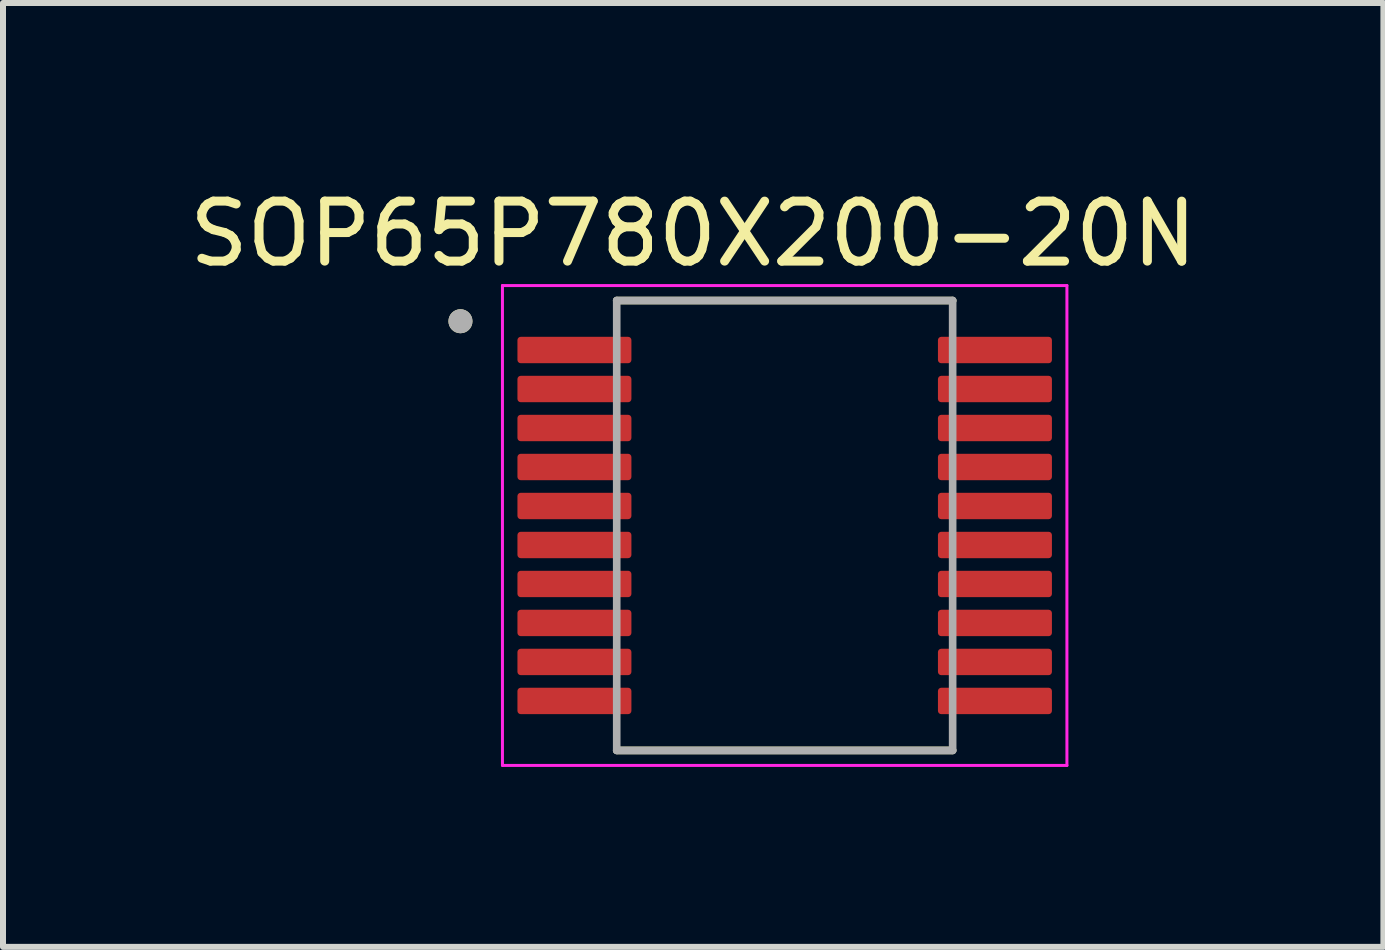
<source format=kicad_pcb>
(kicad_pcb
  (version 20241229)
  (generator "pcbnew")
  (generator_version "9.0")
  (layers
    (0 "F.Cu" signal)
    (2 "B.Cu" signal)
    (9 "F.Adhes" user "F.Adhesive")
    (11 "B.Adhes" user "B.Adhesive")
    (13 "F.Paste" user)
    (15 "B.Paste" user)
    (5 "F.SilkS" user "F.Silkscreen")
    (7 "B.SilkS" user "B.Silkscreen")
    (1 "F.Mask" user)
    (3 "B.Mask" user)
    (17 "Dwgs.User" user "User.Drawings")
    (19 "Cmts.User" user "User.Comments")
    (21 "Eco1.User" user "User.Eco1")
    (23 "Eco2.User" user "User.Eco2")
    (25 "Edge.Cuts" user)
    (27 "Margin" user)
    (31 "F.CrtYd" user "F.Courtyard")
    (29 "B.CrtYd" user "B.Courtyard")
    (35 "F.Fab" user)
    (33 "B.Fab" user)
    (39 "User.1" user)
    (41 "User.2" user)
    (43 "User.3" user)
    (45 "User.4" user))
  (footprint "SOP65P780X200-20N"
    (layer "F.Cu")
    (at 10.031 5.71)
    (property "Reference" "SOP65P780X200-20N" (at -1.525 -4.862 0) (layer "F.SilkS") (effects (font (size 1 1) (thickness 0.15))))
    (attr smd)
    (fp_line (start -2.8 -3.75) (end 2.8 -3.75) (stroke (width 0.127) (type solid)) (layer "F.SilkS"))
    (fp_line (start -2.8 3.75) (end 2.8 3.75) (stroke (width 0.127) (type solid)) (layer "F.SilkS"))
    (fp_circle (center -5.405 -3.405) (end -5.305 -3.405) (stroke (width 0.2) (type solid)) (fill no) (layer "F.SilkS"))
    (fp_line (start -4.705 -4) (end -4.705 4) (stroke (width 0.05) (type solid)) (layer "F.CrtYd"))
    (fp_line (start -4.705 -4) (end 4.705 -4) (stroke (width 0.05) (type solid)) (layer "F.CrtYd"))
    (fp_line (start -4.705 4) (end 4.705 4) (stroke (width 0.05) (type solid)) (layer "F.CrtYd"))
    (fp_line (start 4.705 -4) (end 4.705 4) (stroke (width 0.05) (type solid)) (layer "F.CrtYd"))
    (fp_line (start -2.8 -3.75) (end -2.8 3.75) (stroke (width 0.127) (type solid)) (layer "F.Fab"))
    (fp_line (start -2.8 -3.75) (end 2.8 -3.75) (stroke (width 0.127) (type solid)) (layer "F.Fab"))
    (fp_line (start -2.8 3.75) (end 2.8 3.75) (stroke (width 0.127) (type solid)) (layer "F.Fab"))
    (fp_line (start 2.8 -3.75) (end 2.8 3.75) (stroke (width 0.127) (type solid)) (layer "F.Fab"))
    (fp_circle (center -5.405 -3.405) (end -5.305 -3.405) (stroke (width 0.2) (type solid)) (fill no) (layer "F.Fab"))
    (pad "1" smd roundrect (at -3.505 -2.925) (size 1.9 0.44) (layers "F.Cu" "F.Mask" "F.Paste") (roundrect_rratio 0.125))
    (pad "2" smd roundrect (at -3.505 -2.275) (size 1.9 0.44) (layers "F.Cu" "F.Mask" "F.Paste") (roundrect_rratio 0.125))
    (pad "3" smd roundrect (at -3.505 -1.625) (size 1.9 0.44) (layers "F.Cu" "F.Mask" "F.Paste") (roundrect_rratio 0.125))
    (pad "4" smd roundrect (at -3.505 -0.975) (size 1.9 0.44) (layers "F.Cu" "F.Mask" "F.Paste") (roundrect_rratio 0.125))
    (pad "5" smd roundrect (at -3.505 -0.325) (size 1.9 0.44) (layers "F.Cu" "F.Mask" "F.Paste") (roundrect_rratio 0.125))
    (pad "6" smd roundrect (at -3.505 0.325) (size 1.9 0.44) (layers "F.Cu" "F.Mask" "F.Paste") (roundrect_rratio 0.125))
    (pad "7" smd roundrect (at -3.505 0.975) (size 1.9 0.44) (layers "F.Cu" "F.Mask" "F.Paste") (roundrect_rratio 0.125))
    (pad "8" smd roundrect (at -3.505 1.625) (size 1.9 0.44) (layers "F.Cu" "F.Mask" "F.Paste") (roundrect_rratio 0.125))
    (pad "9" smd roundrect (at -3.505 2.275) (size 1.9 0.44) (layers "F.Cu" "F.Mask" "F.Paste") (roundrect_rratio 0.125))
    (pad "10" smd roundrect (at -3.505 2.925) (size 1.9 0.44) (layers "F.Cu" "F.Mask" "F.Paste") (roundrect_rratio 0.125))
    (pad "11" smd roundrect (at 3.505 2.925) (size 1.9 0.44) (layers "F.Cu" "F.Mask" "F.Paste") (roundrect_rratio 0.125))
    (pad "12" smd roundrect (at 3.505 2.275) (size 1.9 0.44) (layers "F.Cu" "F.Mask" "F.Paste") (roundrect_rratio 0.125))
    (pad "13" smd roundrect (at 3.505 1.625) (size 1.9 0.44) (layers "F.Cu" "F.Mask" "F.Paste") (roundrect_rratio 0.125))
    (pad "14" smd roundrect (at 3.505 0.975) (size 1.9 0.44) (layers "F.Cu" "F.Mask" "F.Paste") (roundrect_rratio 0.125))
    (pad "15" smd roundrect (at 3.505 0.325) (size 1.9 0.44) (layers "F.Cu" "F.Mask" "F.Paste") (roundrect_rratio 0.125))
    (pad "16" smd roundrect (at 3.505 -0.325) (size 1.9 0.44) (layers "F.Cu" "F.Mask" "F.Paste") (roundrect_rratio 0.125))
    (pad "17" smd roundrect (at 3.505 -0.975) (size 1.9 0.44) (layers "F.Cu" "F.Mask" "F.Paste") (roundrect_rratio 0.125))
    (pad "18" smd roundrect (at 3.505 -1.625) (size 1.9 0.44) (layers "F.Cu" "F.Mask" "F.Paste") (roundrect_rratio 0.125))
    (pad "19" smd roundrect (at 3.505 -2.275) (size 1.9 0.44) (layers "F.Cu" "F.Mask" "F.Paste") (roundrect_rratio 0.125))
    (pad "20" smd roundrect (at 3.505 -2.925) (size 1.9 0.44) (layers "F.Cu" "F.Mask" "F.Paste") (roundrect_rratio 0.125)))
  (gr_rect
    (start -3 -3)
    (end 20.012 12.735)
    (stroke (width 0.1) (type default))
    (fill no)
    (layer "Edge.Cuts")))
</source>
